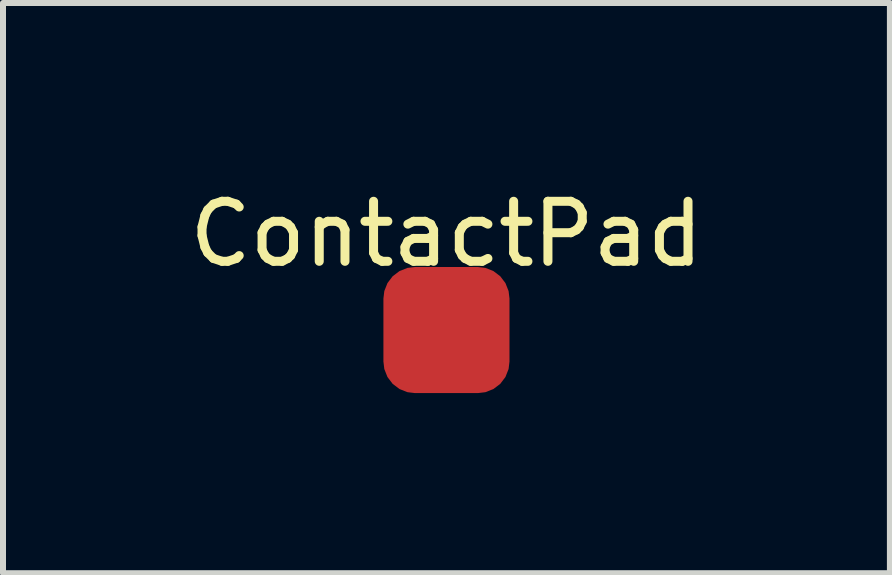
<source format=kicad_pcb>
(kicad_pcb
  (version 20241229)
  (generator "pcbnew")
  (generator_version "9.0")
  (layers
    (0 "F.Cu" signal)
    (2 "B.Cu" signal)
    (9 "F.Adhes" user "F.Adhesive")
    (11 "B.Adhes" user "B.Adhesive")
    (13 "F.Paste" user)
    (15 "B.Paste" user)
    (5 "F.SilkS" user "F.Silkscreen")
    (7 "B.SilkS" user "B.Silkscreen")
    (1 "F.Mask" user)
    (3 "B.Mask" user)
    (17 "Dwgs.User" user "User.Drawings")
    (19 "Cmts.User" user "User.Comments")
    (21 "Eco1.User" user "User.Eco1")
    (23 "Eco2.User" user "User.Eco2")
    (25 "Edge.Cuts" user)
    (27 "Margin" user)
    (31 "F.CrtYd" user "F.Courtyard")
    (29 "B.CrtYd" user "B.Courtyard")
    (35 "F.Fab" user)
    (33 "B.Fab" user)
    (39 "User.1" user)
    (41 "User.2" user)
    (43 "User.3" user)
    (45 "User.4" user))
  (footprint "ContactPad"
    (layer "F.Cu")
    (at 4.387 2.448)
    (property "Reference" "ContactPad" (at 0 -1.6 0) (unlocked yes) (layer "F.SilkS") (effects (font (size 1 1) (thickness 0.15))))
    (attr smd)
    (pad "1" smd roundrect (at 0 0) (size 2.1 2.1) (layers "F.Cu" "F.Mask" "F.Paste") (roundrect_rratio 0.25)))
  (gr_rect
    (start -3 -3)
    (end 11.774 6.498)
    (stroke (width 0.1) (type default))
    (fill no)
    (layer "Edge.Cuts")))
</source>
